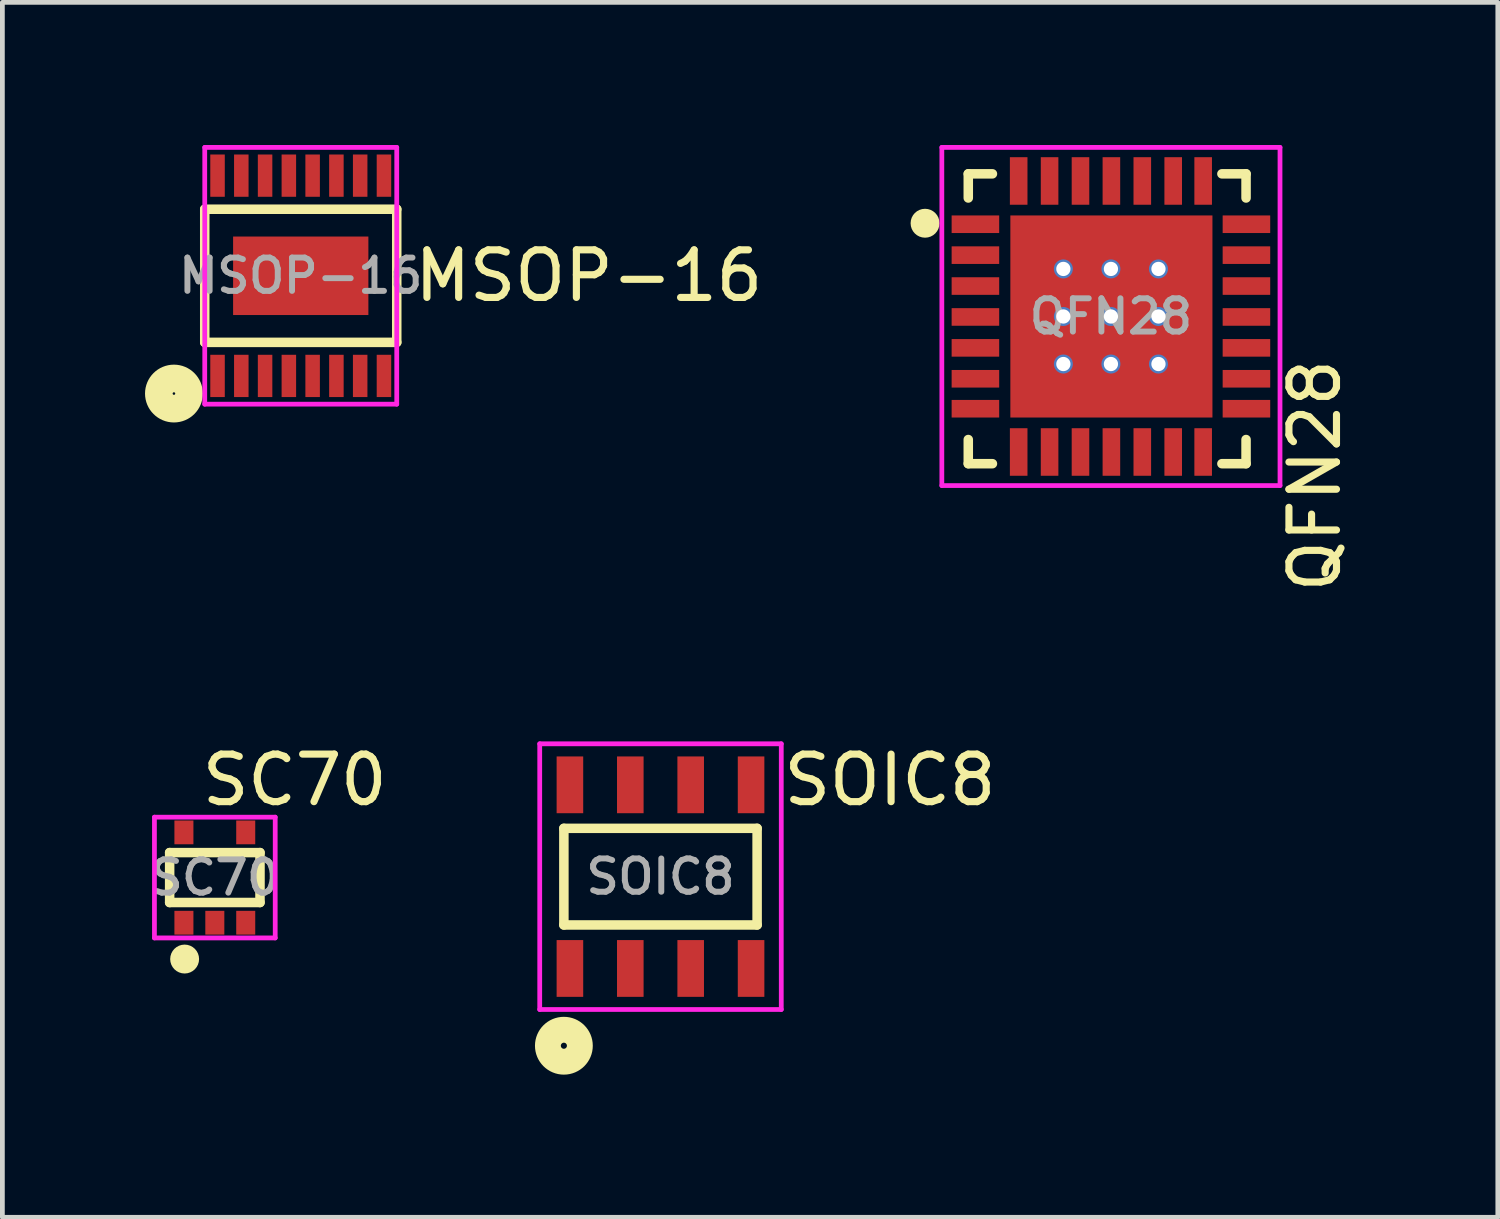
<source format=kicad_pcb>
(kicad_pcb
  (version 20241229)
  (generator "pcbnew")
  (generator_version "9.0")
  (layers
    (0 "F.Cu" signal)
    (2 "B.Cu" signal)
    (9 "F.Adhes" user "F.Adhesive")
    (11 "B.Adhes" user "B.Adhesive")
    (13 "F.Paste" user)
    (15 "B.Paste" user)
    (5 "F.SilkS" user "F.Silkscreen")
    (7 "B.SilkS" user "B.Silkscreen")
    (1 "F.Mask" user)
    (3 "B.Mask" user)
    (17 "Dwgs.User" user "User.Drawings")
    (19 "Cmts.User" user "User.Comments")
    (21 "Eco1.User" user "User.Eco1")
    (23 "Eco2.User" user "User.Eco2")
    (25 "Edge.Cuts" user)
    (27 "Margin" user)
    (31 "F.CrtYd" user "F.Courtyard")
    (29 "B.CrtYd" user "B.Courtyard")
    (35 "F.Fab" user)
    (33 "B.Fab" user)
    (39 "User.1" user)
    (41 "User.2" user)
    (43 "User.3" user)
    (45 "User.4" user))
  (footprint "QFN28"
    (placed yes)
    (layer "F.Cu")
    (at 20.314 3.606)
    (property "Reference" "QFN28" (at 4.289 3.347 90) (layer "F.SilkS") (effects (font (size 1 1) (thickness 0.15))))
    (attr through_hole)
    (fp_line (start -3.972 -1.961) (end -3.909 -1.961) (stroke (width 0.1) (type solid)) (layer "F.SilkS"))
    (fp_line (start -3 -3) (end -3 -2.492) (stroke (width 0.2) (type solid)) (layer "F.SilkS"))
    (fp_line (start -3 2.588) (end -3 3.096) (stroke (width 0.2) (type solid)) (layer "F.SilkS"))
    (fp_line (start -3 3.096) (end -2.492 3.096) (stroke (width 0.2) (type solid)) (layer "F.SilkS"))
    (fp_line (start -2.492 -3) (end -3 -3) (stroke (width 0.2) (type solid)) (layer "F.SilkS"))
    (fp_line (start 2.334 -3) (end 2.842 -3) (stroke (width 0.2) (type solid)) (layer "F.SilkS"))
    (fp_line (start 2.842 -3) (end 2.842 -2.492) (stroke (width 0.2) (type solid)) (layer "F.SilkS"))
    (fp_line (start 2.842 2.588) (end 2.842 3.096) (stroke (width 0.2) (type solid)) (layer "F.SilkS"))
    (fp_line (start 2.842 3.096) (end 2.334 3.096) (stroke (width 0.2) (type solid)) (layer "F.SilkS"))
    (fp_circle (center -3.909 -1.961) (end -3.845 -1.961) (stroke (width 0.1) (type solid)) (fill no) (layer "F.SilkS"))
    (fp_circle (center -3.909 -1.961) (end -3.781 -1.961) (stroke (width 0.1) (type solid)) (fill no) (layer "F.SilkS"))
    (fp_circle (center -3.909 -1.961) (end -3.718 -1.961) (stroke (width 0.1) (type solid)) (fill no) (layer "F.SilkS"))
    (fp_circle (center -3.909 -1.961) (end -3.655 -1.961) (stroke (width 0.1) (type solid)) (fill no) (layer "F.SilkS"))
    (fp_line (start -3.556 -3.556) (end 3.556 -3.556) (stroke (width 0.1) (type solid)) (layer "F.CrtYd"))
    (fp_line (start -3.556 3.556) (end -3.556 -3.556) (stroke (width 0.1) (type solid)) (layer "F.CrtYd"))
    (fp_line (start 3.556 -3.556) (end 3.556 3.556) (stroke (width 0.1) (type solid)) (layer "F.CrtYd"))
    (fp_line (start 3.556 3.556) (end -3.556 3.556) (stroke (width 0.1) (type solid)) (layer "F.CrtYd"))
    (fp_text user "${REFERENCE}" (at 0 0 0) (layer "F.Fab") (effects (font (size 0.7 0.7) (thickness 0.125))))
    (pad "1" smd rect (at -2.85 -1.94) (size 1 0.37) (layers "F.Cu" "F.Mask" "F.Paste"))
    (pad "2" smd rect (at -2.85 -1.29) (size 1 0.37) (layers "F.Cu" "F.Mask" "F.Paste"))
    (pad "3" smd rect (at -2.85 -0.64) (size 1 0.37) (layers "F.Cu" "F.Mask" "F.Paste"))
    (pad "4" smd rect (at -2.85 0.01) (size 1 0.37) (layers "F.Cu" "F.Mask" "F.Paste"))
    (pad "5" smd rect (at -2.85 0.66) (size 1 0.37) (layers "F.Cu" "F.Mask" "F.Paste"))
    (pad "6" smd rect (at -2.85 1.31) (size 1 0.37) (layers "F.Cu" "F.Mask" "F.Paste"))
    (pad "7" smd rect (at -2.85 1.94) (size 1 0.37) (layers "F.Cu" "F.Mask" "F.Paste"))
    (pad "8" smd rect (at -1.94 2.85) (size 0.37 1) (layers "F.Cu" "F.Mask" "F.Paste"))
    (pad "9" smd rect (at -1.29 2.85) (size 0.37 1) (layers "F.Cu" "F.Mask" "F.Paste"))
    (pad "10" smd rect (at -0.64 2.85) (size 0.37 1) (layers "F.Cu" "F.Mask" "F.Paste"))
    (pad "11" smd rect (at 0.01 2.85) (size 0.37 1) (layers "F.Cu" "F.Mask" "F.Paste"))
    (pad "12" smd rect (at 0.66 2.85) (size 0.37 1) (layers "F.Cu" "F.Mask" "F.Paste"))
    (pad "13" smd rect (at 1.31 2.85) (size 0.37 1) (layers "F.Cu" "F.Mask" "F.Paste"))
    (pad "14" smd rect (at 1.94 2.85) (size 0.37 1) (layers "F.Cu" "F.Mask" "F.Paste"))
    (pad "15" smd rect (at 2.85 1.94) (size 1 0.37) (layers "F.Cu" "F.Mask" "F.Paste"))
    (pad "16" smd rect (at 2.85 1.31) (size 1 0.37) (layers "F.Cu" "F.Mask" "F.Paste"))
    (pad "17" smd rect (at 2.85 0.66) (size 1 0.37) (layers "F.Cu" "F.Mask" "F.Paste"))
    (pad "18" smd rect (at 2.85 0.01) (size 1 0.37) (layers "F.Cu" "F.Mask" "F.Paste"))
    (pad "19" smd rect (at 2.85 -0.64) (size 1 0.37) (layers "F.Cu" "F.Mask" "F.Paste"))
    (pad "20" smd rect (at 2.85 -1.29) (size 1 0.37) (layers "F.Cu" "F.Mask" "F.Paste"))
    (pad "21" smd rect (at 2.85 -1.94) (size 1 0.37) (layers "F.Cu" "F.Mask" "F.Paste"))
    (pad "22" smd rect (at 1.94 -2.85) (size 0.37 1) (layers "F.Cu" "F.Mask" "F.Paste"))
    (pad "23" smd rect (at 1.31 -2.85) (size 0.37 1) (layers "F.Cu" "F.Mask" "F.Paste"))
    (pad "24" smd rect (at 0.66 -2.85) (size 0.37 1) (layers "F.Cu" "F.Mask" "F.Paste"))
    (pad "25" smd rect (at 0.01 -2.85) (size 0.37 1) (layers "F.Cu" "F.Mask" "F.Paste"))
    (pad "26" smd rect (at -0.64 -2.85) (size 0.37 1) (layers "F.Cu" "F.Mask" "F.Paste"))
    (pad "27" smd rect (at -1.29 -2.85) (size 0.37 1) (layers "F.Cu" "F.Mask" "F.Paste"))
    (pad "28" smd rect (at -1.94 -2.85) (size 0.37 1) (layers "F.Cu" "F.Mask" "F.Paste"))
    (pad "29" thru_hole circle (at -1 -1) (size 0.4 0.4) (drill 0.3) (layers "*.Cu" "*.Mask"))
    (pad "29" thru_hole circle (at -1 0) (size 0.4 0.4) (drill 0.3) (layers "*.Cu" "*.Mask"))
    (pad "29" thru_hole circle (at -1 1) (size 0.4 0.4) (drill 0.3) (layers "*.Cu" "*.Mask"))
    (pad "29" thru_hole circle (at 0 -1) (size 0.4 0.4) (drill 0.3) (layers "*.Cu" "*.Mask"))
    (pad "29" thru_hole circle (at 0 0) (size 0.4 0.4) (drill 0.3) (layers "*.Cu" "*.Mask"))
    (pad "29" thru_hole circle (at 0 1) (size 0.4 0.4) (drill 0.3) (layers "*.Cu" "*.Mask"))
    (pad "29" smd rect (at 0.01 0) (size 4.25 4.25) (layers "F.Cu" "F.Mask" "F.Paste"))
    (pad "29" thru_hole circle (at 1 -1) (size 0.4 0.4) (drill 0.3) (layers "*.Cu" "*.Mask"))
    (pad "29" thru_hole circle (at 1 0) (size 0.4 0.4) (drill 0.3) (layers "*.Cu" "*.Mask"))
    (pad "29" thru_hole circle (at 1 1) (size 0.4 0.4) (drill 0.3) (layers "*.Cu" "*.Mask")))
  (footprint "MSOP-16"
    (layer "F.Cu")
    (at 3.275 2.75)
    (property "Reference" "MSOP-16" (at 6.059 0 0) (layer "F.SilkS") (effects (font (size 1 1) (thickness 0.15))))
    (attr through_hole)
    (fp_line (start -2.019 -1.4) (end -2.019 1.4) (stroke (width 0.2) (type solid)) (layer "F.SilkS"))
    (fp_line (start -2.019 1.4) (end 2.019 1.4) (stroke (width 0.2) (type solid)) (layer "F.SilkS"))
    (fp_line (start 2.019 -1.4) (end -2.019 -1.4) (stroke (width 0.2) (type solid)) (layer "F.SilkS"))
    (fp_line (start 2.019 1.4) (end 2.019 -1.4) (stroke (width 0.2) (type solid)) (layer "F.SilkS"))
    (fp_circle (center -2.667 2.477) (end -2.54 2.477) (stroke (width 0.2) (type solid)) (fill no) (layer "F.SilkS"))
    (fp_circle (center -2.667 2.477) (end -2.413 2.477) (stroke (width 0.2) (type solid)) (fill no) (layer "F.SilkS"))
    (fp_circle (center -2.667 2.477) (end -2.286 2.477) (stroke (width 0.2) (type solid)) (fill no) (layer "F.SilkS"))
    (fp_circle (center -2.667 2.477) (end -2.159 2.477) (stroke (width 0.2) (type solid)) (fill no) (layer "F.SilkS"))
    (fp_line (start -2.019 -2.7) (end -2.019 2.7) (stroke (width 0.1) (type solid)) (layer "F.CrtYd"))
    (fp_line (start -2.019 2.7) (end 2.019 2.7) (stroke (width 0.1) (type solid)) (layer "F.CrtYd"))
    (fp_line (start 2.019 -2.7) (end -2.019 -2.7) (stroke (width 0.1) (type solid)) (layer "F.CrtYd"))
    (fp_line (start 2.019 2.7) (end 2.019 -2.7) (stroke (width 0.1) (type solid)) (layer "F.CrtYd"))
    (fp_text user "${REFERENCE}" (at 0 0 0) (layer "F.Fab") (effects (font (size 0.7 0.7) (thickness 0.125))))
    (pad "1" smd rect (at -1.75 2.106) (size 0.305 0.889) (layers "F.Cu" "F.Mask" "F.Paste"))
    (pad "2" smd rect (at -1.25 2.106) (size 0.305 0.889) (layers "F.Cu" "F.Mask" "F.Paste"))
    (pad "3" smd rect (at -0.75 2.106) (size 0.305 0.889) (layers "F.Cu" "F.Mask" "F.Paste"))
    (pad "4" smd rect (at -0.25 2.106) (size 0.305 0.889) (layers "F.Cu" "F.Mask" "F.Paste"))
    (pad "5" smd rect (at 0.25 2.106) (size 0.305 0.889) (layers "F.Cu" "F.Mask" "F.Paste"))
    (pad "6" smd rect (at 0.75 2.106) (size 0.305 0.889) (layers "F.Cu" "F.Mask" "F.Paste"))
    (pad "7" smd rect (at 1.25 2.106) (size 0.305 0.889) (layers "F.Cu" "F.Mask" "F.Paste"))
    (pad "8" smd rect (at 1.75 2.106) (size 0.305 0.889) (layers "F.Cu" "F.Mask" "F.Paste"))
    (pad "9" smd rect (at 1.75 -2.106) (size 0.305 0.889) (layers "F.Cu" "F.Mask" "F.Paste"))
    (pad "10" smd rect (at 1.25 -2.106) (size 0.305 0.889) (layers "F.Cu" "F.Mask" "F.Paste"))
    (pad "11" smd rect (at 0.75 -2.106) (size 0.305 0.889) (layers "F.Cu" "F.Mask" "F.Paste"))
    (pad "12" smd rect (at 0.25 -2.106) (size 0.305 0.889) (layers "F.Cu" "F.Mask" "F.Paste"))
    (pad "13" smd rect (at -0.25 -2.106) (size 0.305 0.889) (layers "F.Cu" "F.Mask" "F.Paste"))
    (pad "14" smd rect (at -0.75 -2.106) (size 0.305 0.889) (layers "F.Cu" "F.Mask" "F.Paste"))
    (pad "15" smd rect (at -1.25 -2.106) (size 0.305 0.889) (layers "F.Cu" "F.Mask" "F.Paste"))
    (pad "16" smd rect (at -1.75 -2.106) (size 0.305 0.889) (layers "F.Cu" "F.Mask" "F.Paste"))
    (pad "17" smd rect (at 0 0) (size 2.845 1.651) (layers "F.Cu" "F.Mask" "F.Paste")))
  (footprint "SC70"
    (placed yes)
    (layer "F.Cu")
    (at 1.468 15.406)
    (property "Reference" "SC70" (at 1.68 -2.051 0) (layer "F.SilkS") (effects (font (size 1 1) (thickness 0.15))))
    (attr through_hole)
    (fp_line (start -0.95 -0.525) (end 0.95 -0.525) (stroke (width 0.2) (type solid)) (layer "F.SilkS"))
    (fp_line (start -0.95 0.525) (end -0.95 -0.525) (stroke (width 0.2) (type solid)) (layer "F.SilkS"))
    (fp_line (start -0.762 1.714) (end -0.572 1.714) (stroke (width 0.1) (type solid)) (layer "F.SilkS"))
    (fp_line (start 0.95 -0.525) (end 0.95 0.525) (stroke (width 0.2) (type solid)) (layer "F.SilkS"))
    (fp_line (start 0.95 0.525) (end -0.95 0.525) (stroke (width 0.2) (type solid)) (layer "F.SilkS"))
    (fp_circle (center -0.635 1.714) (end -0.572 1.714) (stroke (width 0.1) (type solid)) (fill no) (layer "F.SilkS"))
    (fp_circle (center -0.635 1.714) (end -0.508 1.714) (stroke (width 0.1) (type solid)) (fill no) (layer "F.SilkS"))
    (fp_circle (center -0.635 1.714) (end -0.445 1.714) (stroke (width 0.1) (type solid)) (fill no) (layer "F.SilkS"))
    (fp_circle (center -0.635 1.714) (end -0.381 1.714) (stroke (width 0.1) (type solid)) (fill no) (layer "F.SilkS"))
    (fp_line (start -1.27 -1.27) (end 1.27 -1.27) (stroke (width 0.1) (type solid)) (layer "F.CrtYd"))
    (fp_line (start -1.27 1.27) (end -1.27 -1.27) (stroke (width 0.1) (type solid)) (layer "F.CrtYd"))
    (fp_line (start 1.27 -1.27) (end 1.27 1.27) (stroke (width 0.1) (type solid)) (layer "F.CrtYd"))
    (fp_line (start 1.27 1.27) (end -1.27 1.27) (stroke (width 0.1) (type solid)) (layer "F.CrtYd"))
    (fp_text user "${REFERENCE}" (at 0 0 0) (layer "F.Fab") (effects (font (size 0.7 0.7) (thickness 0.125))))
    (pad "1" smd rect (at -0.65 0.95) (size 0.4 0.5) (layers "F.Cu" "F.Mask" "F.Paste"))
    (pad "2" smd rect (at 0 0.95) (size 0.4 0.5) (layers "F.Cu" "F.Mask" "F.Paste"))
    (pad "3" smd rect (at 0.65 0.95) (size 0.4 0.5) (layers "F.Cu" "F.Mask" "F.Paste"))
    (pad "4" smd rect (at 0.65 -0.95) (size 0.4 0.5) (layers "F.Cu" "F.Mask" "F.Paste"))
    (pad "5" smd rect (at -0.65 -0.95) (size 0.4 0.5) (layers "F.Cu" "F.Mask" "F.Paste")))
  (footprint "SOIC8"
    (layer "F.Cu")
    (at 10.841 15.387)
    (property "Reference" "SOIC8" (at 4.826 -2.032 0) (layer "F.SilkS") (effects (font (size 1 1) (thickness 0.15))))
    (attr through_hole)
    (fp_line (start -2.032 -1.016) (end -2.032 1.016) (stroke (width 0.2) (type solid)) (layer "F.SilkS"))
    (fp_line (start -2.032 1.016) (end 2.032 1.016) (stroke (width 0.2) (type solid)) (layer "F.SilkS"))
    (fp_line (start 2.032 -1.016) (end -2.032 -1.016) (stroke (width 0.2) (type solid)) (layer "F.SilkS"))
    (fp_line (start 2.032 1.016) (end 2.032 -1.016) (stroke (width 0.2) (type solid)) (layer "F.SilkS"))
    (fp_circle (center -2.032 3.556) (end -1.968 3.556) (stroke (width 0.2) (type solid)) (fill no) (layer "F.SilkS"))
    (fp_circle (center -2.032 3.556) (end -1.841 3.556) (stroke (width 0.2) (type solid)) (fill no) (layer "F.SilkS"))
    (fp_circle (center -2.032 3.556) (end -1.778 3.619) (stroke (width 0.2) (type solid)) (fill no) (layer "F.SilkS"))
    (fp_circle (center -2.032 3.556) (end -1.651 3.493) (stroke (width 0.2) (type solid)) (fill no) (layer "F.SilkS"))
    (fp_circle (center -2.032 3.556) (end -1.524 3.556) (stroke (width 0.2) (type solid)) (fill no) (layer "F.SilkS"))
    (fp_line (start -2.54 -2.794) (end -2.54 2.794) (stroke (width 0.1) (type solid)) (layer "F.CrtYd"))
    (fp_line (start -2.54 2.794) (end 2.54 2.794) (stroke (width 0.1) (type solid)) (layer "F.CrtYd"))
    (fp_line (start 2.54 -2.794) (end -2.54 -2.794) (stroke (width 0.1) (type solid)) (layer "F.CrtYd"))
    (fp_line (start 2.54 2.794) (end 2.54 -2.794) (stroke (width 0.1) (type solid)) (layer "F.CrtYd"))
    (fp_text user "${REFERENCE}" (at 0 0 0) (layer "F.Fab") (effects (font (size 0.7 0.7) (thickness 0.125))))
    (pad "1" smd rect (at -1.905 1.931) (size 0.559 1.194) (layers "F.Cu" "F.Mask" "F.Paste"))
    (pad "2" smd rect (at -0.635 1.931) (size 0.559 1.194) (layers "F.Cu" "F.Mask" "F.Paste"))
    (pad "3" smd rect (at 0.635 1.931) (size 0.559 1.194) (layers "F.Cu" "F.Mask" "F.Paste"))
    (pad "4" smd rect (at 1.905 1.931) (size 0.559 1.194) (layers "F.Cu" "F.Mask" "F.Paste"))
    (pad "5" smd rect (at 1.905 -1.931) (size 0.559 1.194) (layers "F.Cu" "F.Mask" "F.Paste"))
    (pad "6" smd rect (at 0.635 -1.931) (size 0.559 1.194) (layers "F.Cu" "F.Mask" "F.Paste"))
    (pad "7" smd rect (at -0.635 -1.931) (size 0.559 1.194) (layers "F.Cu" "F.Mask" "F.Paste"))
    (pad "8" smd rect (at -1.905 -1.931) (size 0.559 1.194) (layers "F.Cu" "F.Mask" "F.Paste")))
  (gr_rect
    (start -3 -3)
    (end 28.451 22.551)
    (stroke (width 0.1) (type default))
    (fill no)
    (layer "Edge.Cuts")))
</source>
